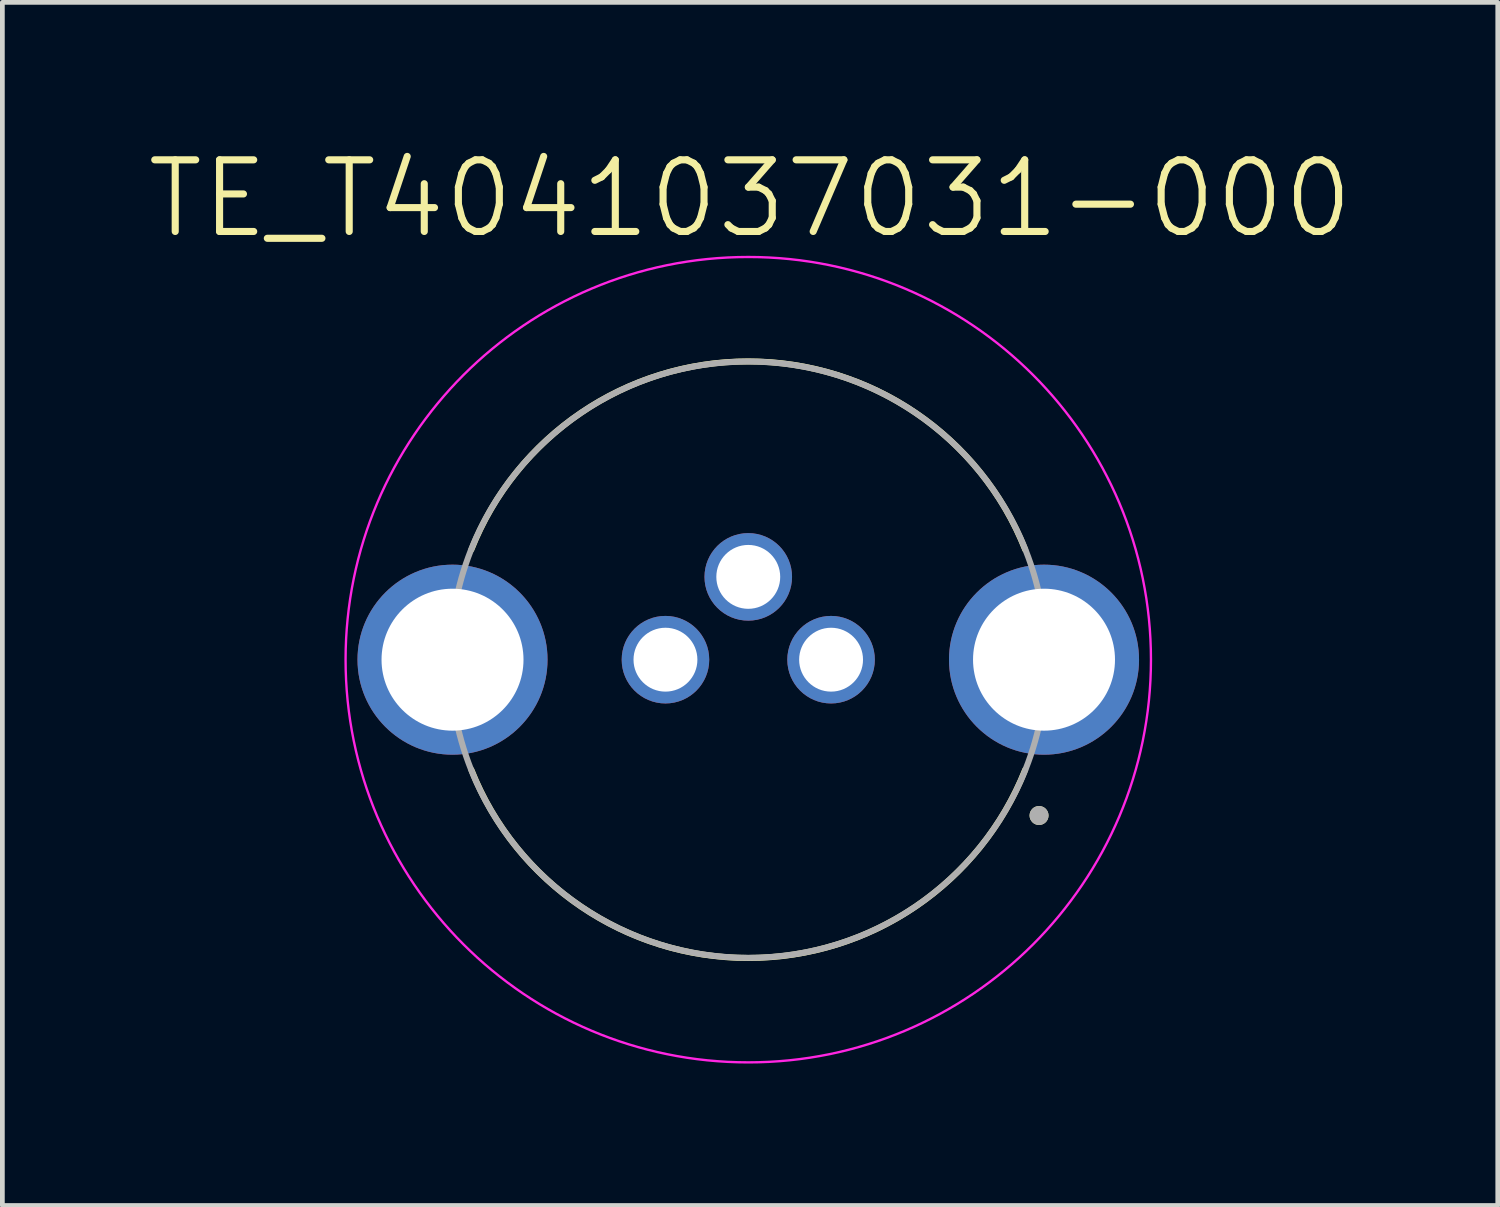
<source format=kicad_pcb>
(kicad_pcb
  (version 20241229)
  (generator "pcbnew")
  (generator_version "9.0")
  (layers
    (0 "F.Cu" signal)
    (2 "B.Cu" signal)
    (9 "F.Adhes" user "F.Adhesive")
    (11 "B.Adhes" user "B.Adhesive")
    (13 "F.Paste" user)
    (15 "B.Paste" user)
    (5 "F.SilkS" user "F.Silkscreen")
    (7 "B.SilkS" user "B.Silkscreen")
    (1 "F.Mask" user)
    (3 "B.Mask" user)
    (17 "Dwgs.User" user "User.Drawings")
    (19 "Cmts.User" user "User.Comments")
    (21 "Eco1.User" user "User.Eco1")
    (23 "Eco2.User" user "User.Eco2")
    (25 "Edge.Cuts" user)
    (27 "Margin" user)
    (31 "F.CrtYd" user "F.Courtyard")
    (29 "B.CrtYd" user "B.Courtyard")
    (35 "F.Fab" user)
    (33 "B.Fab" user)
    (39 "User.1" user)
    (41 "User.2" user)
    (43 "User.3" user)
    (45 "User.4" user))
  (footprint "TE_T4041037031-000"
    (layer "F.Cu")
    (at 12.763 10.891)
    (property "Reference" "TE_T4041037031-000" (at 0.038 -9.742 0) (layer "F.SilkS") (effects (font (size 1.514 1.514) (thickness 0.15))))
    (attr through_hole)
    (fp_arc (start -5.852 -2.326999) (mid 0 -6.304015) (end 5.852 -2.327) (stroke (width 0.127) (type solid)) (layer "F.SilkS"))
    (fp_arc (start 5.852 2.326999) (mid 0 6.304015) (end -5.852 2.327) (stroke (width 0.127) (type solid)) (layer "F.SilkS"))
    (fp_circle (center 6.145 3.293) (end 6.245 3.293) (stroke (width 0.2) (type solid)) (fill no) (layer "F.SilkS"))
    (fp_circle (center 0 0) (end 8.51 0) (stroke (width 0.05) (type solid)) (fill no) (layer "F.CrtYd"))
    (fp_circle (center 0 0) (end 6.3 0) (stroke (width 0.127) (type solid)) (fill no) (layer "F.Fab"))
    (fp_circle (center 6.145 3.293) (end 6.245 3.293) (stroke (width 0.2) (type solid)) (fill no) (layer "F.Fab"))
    (pad "1" thru_hole circle (at 1.75 0) (size 1.85 1.85) (drill 1.35) (layers "*.Cu" "*.Mask"))
    (pad "3" thru_hole circle (at -1.75 0) (size 1.85 1.85) (drill 1.35) (layers "*.Cu" "*.Mask"))
    (pad "4" thru_hole circle (at 0 -1.75) (size 1.85 1.85) (drill 1.35) (layers "*.Cu" "*.Mask"))
    (pad "S1" thru_hole circle (at -6.25 0) (size 4.016 4.016) (drill 3) (layers "*.Cu" "*.Mask"))
    (pad "S2" thru_hole circle (at 6.25 0) (size 4.016 4.016) (drill 3) (layers "*.Cu" "*.Mask")))
  (gr_rect
    (start -3 -3)
    (end 28.602 22.426)
    (stroke (width 0.1) (type default))
    (fill no)
    (layer "Edge.Cuts")))
</source>
